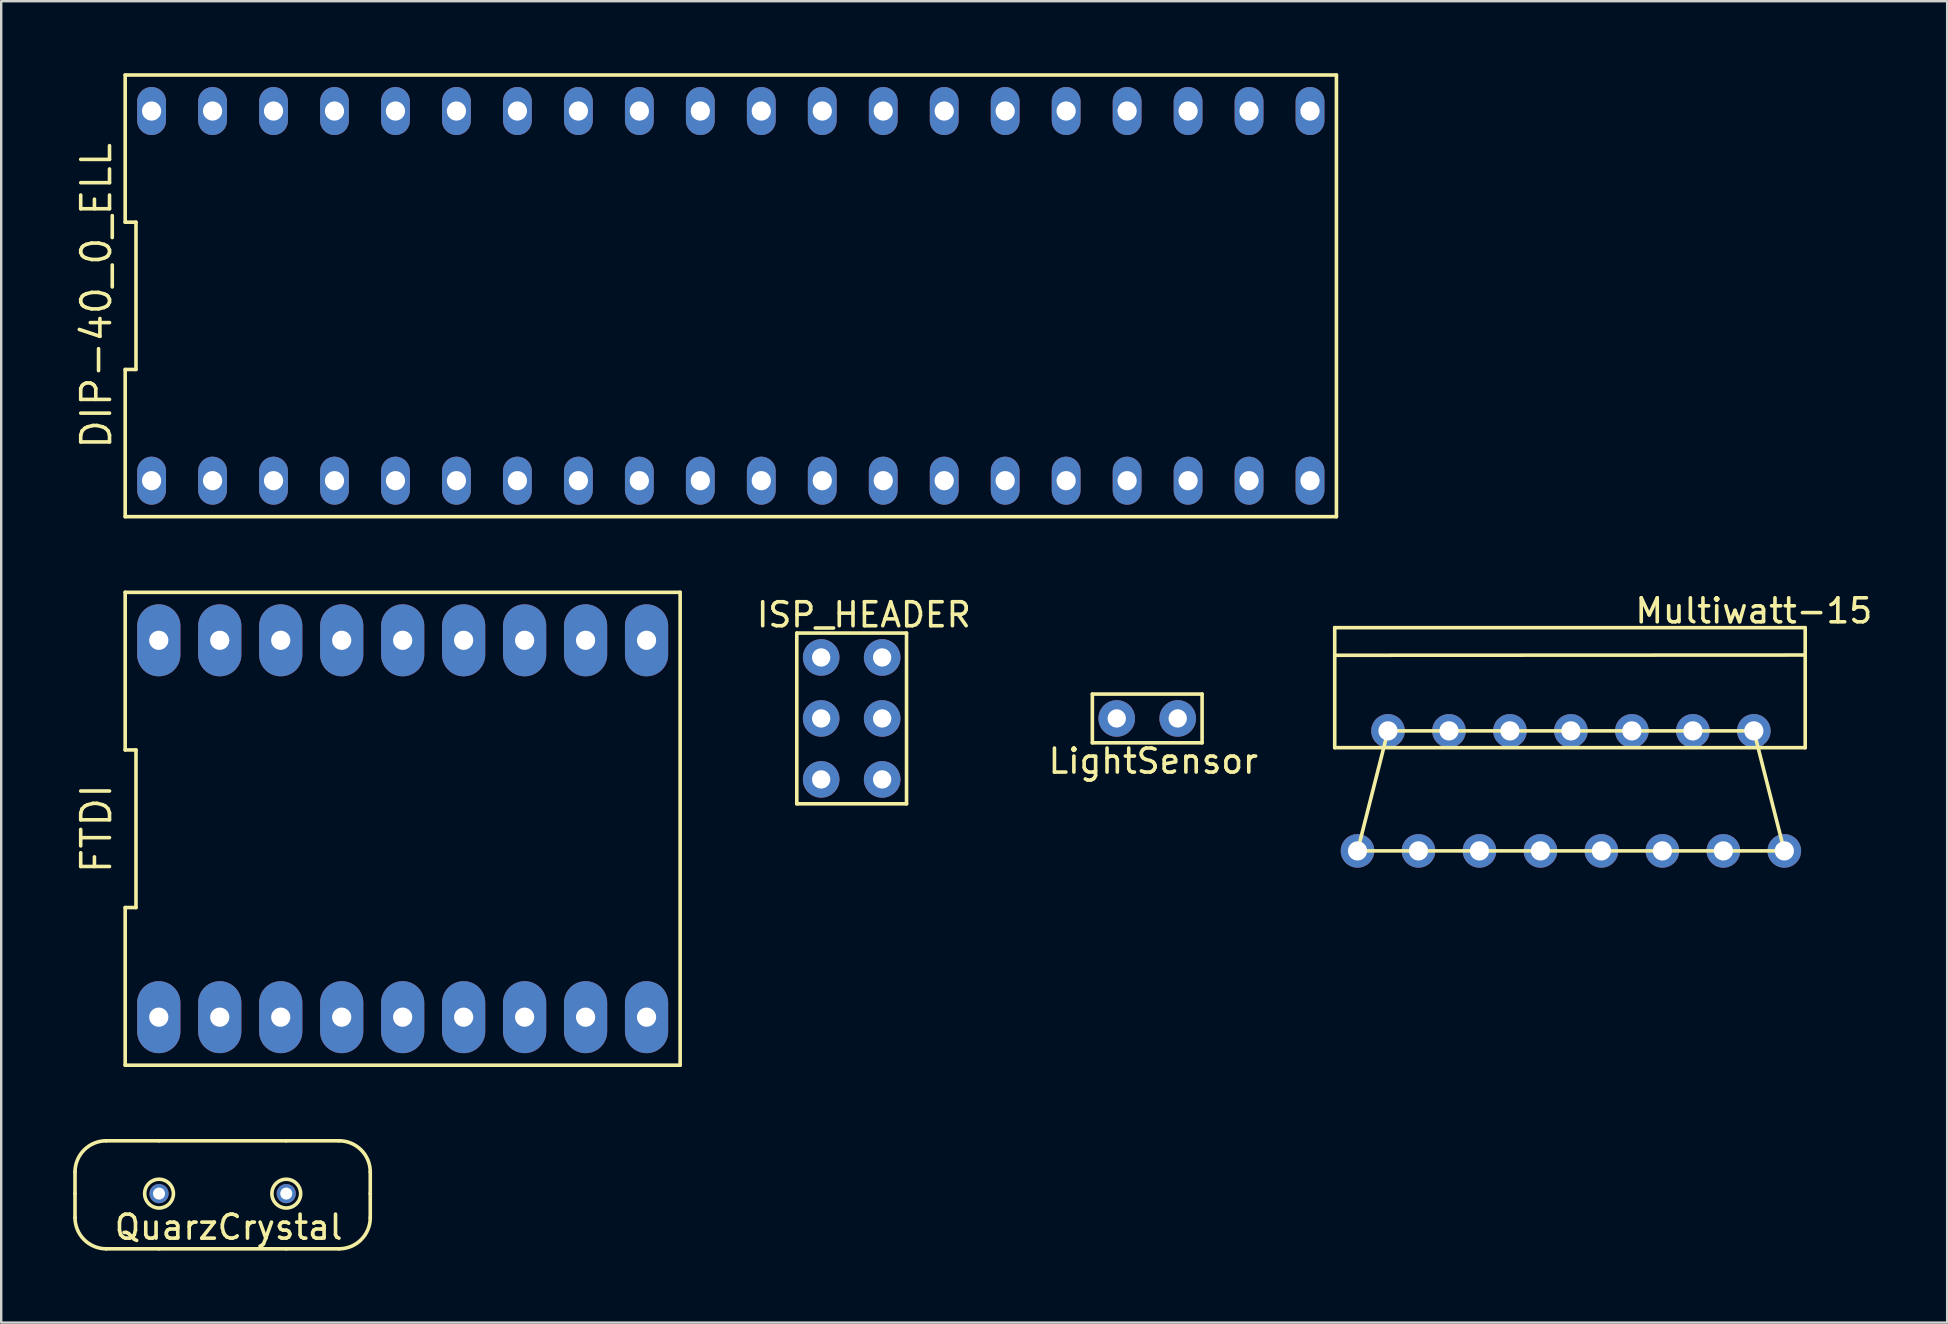
<source format=kicad_pcb>
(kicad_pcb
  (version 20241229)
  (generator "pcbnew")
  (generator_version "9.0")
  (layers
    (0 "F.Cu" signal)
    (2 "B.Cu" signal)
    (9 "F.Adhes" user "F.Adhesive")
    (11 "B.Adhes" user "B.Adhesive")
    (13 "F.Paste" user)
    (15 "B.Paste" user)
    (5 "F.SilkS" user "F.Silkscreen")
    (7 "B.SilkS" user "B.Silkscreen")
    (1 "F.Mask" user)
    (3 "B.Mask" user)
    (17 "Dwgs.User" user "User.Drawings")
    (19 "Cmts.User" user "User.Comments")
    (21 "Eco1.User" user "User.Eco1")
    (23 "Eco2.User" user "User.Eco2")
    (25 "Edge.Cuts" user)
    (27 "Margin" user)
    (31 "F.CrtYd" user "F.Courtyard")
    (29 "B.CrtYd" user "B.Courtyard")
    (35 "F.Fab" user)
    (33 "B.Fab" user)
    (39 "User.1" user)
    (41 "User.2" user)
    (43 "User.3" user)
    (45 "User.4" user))
  (footprint "ISP_HEADER"
    (layer "F.Cu")
    (at 33.7 21.8)
    (property "Reference" "ISP_HEADER" (at -0.762 0.762 0) (layer "F.SilkS") (effects (font (size 1 1) (thickness 0.15))))
    (attr through_hole)
    (fp_line (start -3.556 1.524) (end 1.016 1.524) (stroke (width 0.15) (type solid)) (layer "F.SilkS"))
    (fp_line (start -3.556 8.636) (end -3.556 1.524) (stroke (width 0.15) (type solid)) (layer "F.SilkS"))
    (fp_line (start 1.016 1.524) (end 1.016 8.636) (stroke (width 0.15) (type solid)) (layer "F.SilkS"))
    (fp_line (start 1.016 8.636) (end -3.556 8.636) (stroke (width 0.15) (type solid)) (layer "F.SilkS"))
    (pad "1" thru_hole circle (at -2.54 2.54) (size 1.524 1.524) (drill 0.762) (layers "*.Cu" "*.Mask"))
    (pad "2" thru_hole circle (at 0 2.54) (size 1.524 1.524) (drill 0.762) (layers "*.Cu" "*.Mask"))
    (pad "3" thru_hole circle (at -2.54 5.08) (size 1.524 1.524) (drill 0.762) (layers "*.Cu" "*.Mask"))
    (pad "4" thru_hole circle (at 0 5.08) (size 1.524 1.524) (drill 0.762) (layers "*.Cu" "*.Mask"))
    (pad "5" thru_hole circle (at -2.54 7.62) (size 1.524 1.524) (drill 0.762) (layers "*.Cu" "*.Mask"))
    (pad "6" thru_hole circle (at 0 7.62) (size 1.524 1.524) (drill 0.762) (layers "*.Cu" "*.Mask")))
  (footprint "LightSensor"
    (layer "F.Cu")
    (at 40.933 21.8)
    (property "Reference" "LightSensor" (at 4.064 6.858 0) (layer "F.SilkS") (effects (font (size 1 1) (thickness 0.15))))
    (attr through_hole)
    (fp_line (start 1.524 4.064) (end 6.096 4.064) (stroke (width 0.15) (type solid)) (layer "F.SilkS"))
    (fp_line (start 1.524 6.096) (end 1.524 4.064) (stroke (width 0.15) (type solid)) (layer "F.SilkS"))
    (fp_line (start 6.096 4.064) (end 6.096 6.096) (stroke (width 0.15) (type solid)) (layer "F.SilkS"))
    (fp_line (start 6.096 6.096) (end 1.524 6.096) (stroke (width 0.15) (type solid)) (layer "F.SilkS"))
    (pad "1" thru_hole circle (at 2.54 5.08) (size 1.524 1.524) (drill 0.762) (layers "*.Cu" "*.Mask"))
    (pad "2" thru_hole circle (at 5.08 5.08) (size 1.524 1.524) (drill 0.762) (layers "*.Cu" "*.Mask")))
  (footprint "QuarzCrystal"
    (layer "F.Cu")
    (at 3.575 46.675)
    (property "Reference" "QuarzCrystal" (at 2.9 1.4 0) (layer "F.SilkS") (effects (font (size 1 1) (thickness 0.15))))
    (attr through_hole)
    (fp_line (start -3.5 0) (end -3.5 -0.9) (stroke (width 0.15) (type solid)) (layer "F.SilkS"))
    (fp_line (start -3.5 0) (end -3.5 1) (stroke (width 0.15) (type solid)) (layer "F.SilkS"))
    (fp_line (start -2.2 -2.2) (end 0 -2.2) (stroke (width 0.15) (type solid)) (layer "F.SilkS"))
    (fp_line (start -2.2 2.3) (end 0 2.3) (stroke (width 0.15) (type solid)) (layer "F.SilkS"))
    (fp_line (start 0 -2.2) (end 5.3 -2.2) (stroke (width 0.15) (type solid)) (layer "F.SilkS"))
    (fp_line (start 0 2.3) (end 5.3 2.3) (stroke (width 0.15) (type solid)) (layer "F.SilkS"))
    (fp_line (start 5.3 2.3) (end 7.5 2.3) (stroke (width 0.15) (type solid)) (layer "F.SilkS"))
    (fp_line (start 7.5 -2.2) (end 5.3 -2.2) (stroke (width 0.15) (type solid)) (layer "F.SilkS"))
    (fp_line (start 8.8 0) (end 8.8 -0.9) (stroke (width 0.15) (type solid)) (layer "F.SilkS"))
    (fp_line (start 8.8 0) (end 8.8 1) (stroke (width 0.15) (type solid)) (layer "F.SilkS"))
    (fp_arc (start -3.5 -0.9) (mid -3.119239 -1.819239) (end -2.2 -2.2) (stroke (width 0.15) (type solid)) (layer "F.SilkS"))
    (fp_arc (start -2.2 2.3) (mid -3.119239 1.919239) (end -3.5 1) (stroke (width 0.15) (type solid)) (layer "F.SilkS"))
    (fp_arc (start 7.5 -2.2) (mid 8.419239 -1.819239) (end 8.8 -0.9) (stroke (width 0.15) (type solid)) (layer "F.SilkS"))
    (fp_arc (start 8.8 1) (mid 8.419239 1.919239) (end 7.5 2.3) (stroke (width 0.15) (type solid)) (layer "F.SilkS"))
    (fp_circle (center 0 0) (end 0.6 0) (stroke (width 0.15) (type solid)) (fill no) (layer "F.SilkS"))
    (fp_circle (center 5.3 0) (end 5.9 0) (stroke (width 0.15) (type solid)) (fill no) (layer "F.SilkS"))
    (pad "1" thru_hole circle (at 0 0) (size 0.8 0.8) (drill 0.5) (layers "*.Cu" "*.Mask"))
    (pad "2" thru_hole circle (at 5.3 0) (size 0.8 0.8) (drill 0.5) (layers "*.Cu" "*.Mask")))
  (footprint "FTDI"
    (layer "F.Cu")
    (at 13.725 31.475)
    (property "Reference" "FTDI" (at -12.76 0 90) (layer "F.SilkS") (effects (font (size 1.2 1.2) (thickness 0.15))))
    (attr through_hole)
    (fp_line (start -11.56 -9.85) (end -11.56 -3.283) (stroke (width 0.15) (type solid)) (layer "F.SilkS"))
    (fp_line (start -11.56 -3.283) (end -11.11 -3.283) (stroke (width 0.15) (type solid)) (layer "F.SilkS"))
    (fp_line (start -11.56 3.283) (end -11.56 9.85) (stroke (width 0.15) (type solid)) (layer "F.SilkS"))
    (fp_line (start -11.56 9.85) (end 11.56 9.85) (stroke (width 0.15) (type solid)) (layer "F.SilkS"))
    (fp_line (start -11.11 -3.283) (end -11.11 3.283) (stroke (width 0.15) (type solid)) (layer "F.SilkS"))
    (fp_line (start -11.11 3.283) (end -11.56 3.283) (stroke (width 0.15) (type solid)) (layer "F.SilkS"))
    (fp_line (start 11.56 -9.85) (end -11.56 -9.85) (stroke (width 0.15) (type solid)) (layer "F.SilkS"))
    (fp_line (start 11.56 9.85) (end 11.56 -9.85) (stroke (width 0.15) (type solid)) (layer "F.SilkS"))
    (pad "1" thru_hole oval (at -10.16 7.85) (size 1.8 3) (drill 0.8) (layers "*.Cu" "*.Mask"))
    (pad "2" thru_hole oval (at -7.62 7.85) (size 1.8 3) (drill 0.8) (layers "*.Cu" "*.Mask"))
    (pad "3" thru_hole oval (at -5.08 7.85) (size 1.8 3) (drill 0.8) (layers "*.Cu" "*.Mask"))
    (pad "4" thru_hole oval (at -2.54 7.85) (size 1.8 3) (drill 0.8) (layers "*.Cu" "*.Mask"))
    (pad "5" thru_hole oval (at 0 7.85) (size 1.8 3) (drill 0.8) (layers "*.Cu" "*.Mask"))
    (pad "6" thru_hole oval (at 2.54 7.85) (size 1.8 3) (drill 0.8) (layers "*.Cu" "*.Mask"))
    (pad "7" thru_hole oval (at 5.08 7.85) (size 1.8 3) (drill 0.8) (layers "*.Cu" "*.Mask"))
    (pad "8" thru_hole oval (at 7.62 7.85) (size 1.8 3) (drill 0.8) (layers "*.Cu" "*.Mask"))
    (pad "9" thru_hole oval (at 10.16 7.85) (size 1.8 3) (drill 0.8) (layers "*.Cu" "*.Mask"))
    (pad "10" thru_hole oval (at 10.16 -7.85) (size 1.8 3) (drill 0.8) (layers "*.Cu" "*.Mask"))
    (pad "11" thru_hole oval (at 7.62 -7.85) (size 1.8 3) (drill 0.8) (layers "*.Cu" "*.Mask"))
    (pad "12" thru_hole oval (at 5.08 -7.85) (size 1.8 3) (drill 0.8) (layers "*.Cu" "*.Mask"))
    (pad "13" thru_hole oval (at 2.54 -7.85) (size 1.8 3) (drill 0.8) (layers "*.Cu" "*.Mask"))
    (pad "14" thru_hole oval (at 0 -7.85) (size 1.8 3) (drill 0.8) (layers "*.Cu" "*.Mask"))
    (pad "15" thru_hole oval (at -2.54 -7.85) (size 1.8 3) (drill 0.8) (layers "*.Cu" "*.Mask"))
    (pad "16" thru_hole oval (at -5.08 -7.85) (size 1.8 3) (drill 0.8) (layers "*.Cu" "*.Mask"))
    (pad "17" thru_hole oval (at -7.62 -7.85) (size 1.8 3) (drill 0.8) (layers "*.Cu" "*.Mask"))
    (pad "18" thru_hole oval (at -10.16 -7.85) (size 1.8 3) (drill 0.8) (layers "*.Cu" "*.Mask")))
  (footprint "Multiwatt-15"
    (layer "F.Cu")
    (at 62.424 28.038)
    (property "Reference" "Multiwatt-15" (at 7.59 -5.64 0) (layer "F.SilkS") (effects (font (size 1 1) (thickness 0.15))))
    (attr through_hole)
    (fp_line (start -9.87 -4.94) (end 9.73 -4.94) (stroke (width 0.15) (type solid)) (layer "F.SilkS"))
    (fp_line (start -9.87 -3.79) (end 9.72 -3.8) (stroke (width 0.15) (type solid)) (layer "F.SilkS"))
    (fp_line (start -9.87 0.06) (end -9.87 -4.94) (stroke (width 0.15) (type solid)) (layer "F.SilkS"))
    (fp_line (start -9.87 0.06) (end 9.73 0.06) (stroke (width 0.15) (type solid)) (layer "F.SilkS"))
    (fp_line (start -8.92 4.36) (end 8.86 4.36) (stroke (width 0.15) (type solid)) (layer "F.SilkS"))
    (fp_line (start -7.65 -0.64) (end -8.92 4.36) (stroke (width 0.15) (type solid)) (layer "F.SilkS"))
    (fp_line (start 7.59 -0.64) (end -7.65 -0.64) (stroke (width 0.15) (type solid)) (layer "F.SilkS"))
    (fp_line (start 8.86 4.36) (end 7.59 -0.64) (stroke (width 0.15) (type solid)) (layer "F.SilkS"))
    (fp_line (start 9.73 0.06) (end 9.73 -4.94) (stroke (width 0.15) (type solid)) (layer "F.SilkS"))
    (pad "1" thru_hole circle (at -8.92 4.36) (size 1.4 1.4) (drill 0.8) (layers "*.Cu" "*.Mask"))
    (pad "2" thru_hole circle (at -7.65 -0.64) (size 1.4 1.4) (drill 0.8) (layers "*.Cu" "*.Mask"))
    (pad "3" thru_hole circle (at -6.38 4.36) (size 1.4 1.4) (drill 0.8) (layers "*.Cu" "*.Mask"))
    (pad "4" thru_hole circle (at -5.11 -0.64) (size 1.4 1.4) (drill 0.8) (layers "*.Cu" "*.Mask"))
    (pad "5" thru_hole circle (at -3.84 4.36) (size 1.4 1.4) (drill 0.8) (layers "*.Cu" "*.Mask"))
    (pad "6" thru_hole circle (at -2.57 -0.64) (size 1.4 1.4) (drill 0.8) (layers "*.Cu" "*.Mask"))
    (pad "7" thru_hole circle (at -1.3 4.36) (size 1.4 1.4) (drill 0.8) (layers "*.Cu" "*.Mask"))
    (pad "8" thru_hole circle (at -0.03 -0.64) (size 1.4 1.4) (drill 0.8) (layers "*.Cu" "*.Mask"))
    (pad "9" thru_hole circle (at 1.24 4.36) (size 1.4 1.4) (drill 0.8) (layers "*.Cu" "*.Mask"))
    (pad "10" thru_hole circle (at 2.51 -0.64) (size 1.4 1.4) (drill 0.8) (layers "*.Cu" "*.Mask"))
    (pad "11" thru_hole circle (at 3.78 4.36) (size 1.4 1.4) (drill 0.8) (layers "*.Cu" "*.Mask"))
    (pad "12" thru_hole circle (at 5.05 -0.64) (size 1.4 1.4) (drill 0.8) (layers "*.Cu" "*.Mask"))
    (pad "13" thru_hole circle (at 6.32 4.36) (size 1.4 1.4) (drill 0.8) (layers "*.Cu" "*.Mask"))
    (pad "14" thru_hole circle (at 7.59 -0.64) (size 1.4 1.4) (drill 0.8) (layers "*.Cu" "*.Mask"))
    (pad "15" thru_hole circle (at 8.86 4.36) (size 1.4 1.4) (drill 0.8) (layers "*.Cu" "*.Mask")))
  (footprint "DIP-40_0_ELL"
    (layer "F.Cu")
    (at 27.395 9.275)
    (property "Reference" "DIP-40_0_ELL" (at -26.43 0 90) (layer "F.SilkS") (effects (font (size 1.2 1.2) (thickness 0.15))))
    (attr through_hole)
    (fp_line (start -25.23 -9.2) (end -25.23 -3.067) (stroke (width 0.15) (type solid)) (layer "F.SilkS"))
    (fp_line (start -25.23 -3.067) (end -24.78 -3.067) (stroke (width 0.15) (type solid)) (layer "F.SilkS"))
    (fp_line (start -25.23 3.067) (end -25.23 9.2) (stroke (width 0.15) (type solid)) (layer "F.SilkS"))
    (fp_line (start -25.23 9.2) (end 25.23 9.2) (stroke (width 0.15) (type solid)) (layer "F.SilkS"))
    (fp_line (start -24.78 -3.067) (end -24.78 3.067) (stroke (width 0.15) (type solid)) (layer "F.SilkS"))
    (fp_line (start -24.78 3.067) (end -25.23 3.067) (stroke (width 0.15) (type solid)) (layer "F.SilkS"))
    (fp_line (start 25.23 -9.2) (end -25.23 -9.2) (stroke (width 0.15) (type solid)) (layer "F.SilkS"))
    (fp_line (start 25.23 9.2) (end 25.23 -9.2) (stroke (width 0.15) (type solid)) (layer "F.SilkS"))
    (pad "1" thru_hole oval (at -24.13 7.7) (size 1.2 2) (drill 0.8) (layers "*.Cu" "*.Mask"))
    (pad "2" thru_hole oval (at -21.59 7.7) (size 1.2 2) (drill 0.8) (layers "*.Cu" "*.Mask"))
    (pad "3" thru_hole oval (at -19.05 7.7) (size 1.2 2) (drill 0.8) (layers "*.Cu" "*.Mask"))
    (pad "4" thru_hole oval (at -16.51 7.7) (size 1.2 2) (drill 0.8) (layers "*.Cu" "*.Mask"))
    (pad "5" thru_hole oval (at -13.97 7.7) (size 1.2 2) (drill 0.8) (layers "*.Cu" "*.Mask"))
    (pad "6" thru_hole oval (at -11.43 7.7) (size 1.2 2) (drill 0.8) (layers "*.Cu" "*.Mask"))
    (pad "7" thru_hole oval (at -8.89 7.7) (size 1.2 2) (drill 0.8) (layers "*.Cu" "*.Mask"))
    (pad "8" thru_hole oval (at -6.35 7.7) (size 1.2 2) (drill 0.8) (layers "*.Cu" "*.Mask"))
    (pad "9" thru_hole oval (at -3.81 7.7) (size 1.2 2) (drill 0.8) (layers "*.Cu" "*.Mask"))
    (pad "10" thru_hole oval (at -1.27 7.7) (size 1.2 2) (drill 0.8) (layers "*.Cu" "*.Mask"))
    (pad "11" thru_hole oval (at 1.27 7.7) (size 1.2 2) (drill 0.8) (layers "*.Cu" "*.Mask"))
    (pad "12" thru_hole oval (at 3.81 7.7) (size 1.2 2) (drill 0.8) (layers "*.Cu" "*.Mask"))
    (pad "13" thru_hole oval (at 6.35 7.7) (size 1.2 2) (drill 0.8) (layers "*.Cu" "*.Mask"))
    (pad "14" thru_hole oval (at 8.89 7.7) (size 1.2 2) (drill 0.8) (layers "*.Cu" "*.Mask"))
    (pad "15" thru_hole oval (at 11.43 7.7) (size 1.2 2) (drill 0.8) (layers "*.Cu" "*.Mask"))
    (pad "16" thru_hole oval (at 13.97 7.7) (size 1.2 2) (drill 0.8) (layers "*.Cu" "*.Mask"))
    (pad "17" thru_hole oval (at 16.51 7.7) (size 1.2 2) (drill 0.8) (layers "*.Cu" "*.Mask"))
    (pad "18" thru_hole oval (at 19.05 7.7) (size 1.2 2) (drill 0.8) (layers "*.Cu" "*.Mask"))
    (pad "19" thru_hole oval (at 21.59 7.7) (size 1.2 2) (drill 0.8) (layers "*.Cu" "*.Mask"))
    (pad "20" thru_hole oval (at 24.13 7.7) (size 1.2 2) (drill 0.8) (layers "*.Cu" "*.Mask"))
    (pad "21" thru_hole oval (at 24.13 -7.7) (size 1.2 2) (drill 0.8) (layers "*.Cu" "*.Mask"))
    (pad "22" thru_hole oval (at 21.59 -7.7) (size 1.2 2) (drill 0.8) (layers "*.Cu" "*.Mask"))
    (pad "23" thru_hole oval (at 19.05 -7.7) (size 1.2 2) (drill 0.8) (layers "*.Cu" "*.Mask"))
    (pad "24" thru_hole oval (at 16.51 -7.7) (size 1.2 2) (drill 0.8) (layers "*.Cu" "*.Mask"))
    (pad "25" thru_hole oval (at 13.97 -7.7) (size 1.2 2) (drill 0.8) (layers "*.Cu" "*.Mask"))
    (pad "26" thru_hole oval (at 11.43 -7.7) (size 1.2 2) (drill 0.8) (layers "*.Cu" "*.Mask"))
    (pad "27" thru_hole oval (at 8.89 -7.7) (size 1.2 2) (drill 0.8) (layers "*.Cu" "*.Mask"))
    (pad "28" thru_hole oval (at 6.35 -7.7) (size 1.2 2) (drill 0.8) (layers "*.Cu" "*.Mask"))
    (pad "29" thru_hole oval (at 3.81 -7.7) (size 1.2 2) (drill 0.8) (layers "*.Cu" "*.Mask"))
    (pad "30" thru_hole oval (at 1.27 -7.7) (size 1.2 2) (drill 0.8) (layers "*.Cu" "*.Mask"))
    (pad "31" thru_hole oval (at -1.27 -7.7) (size 1.2 2) (drill 0.8) (layers "*.Cu" "*.Mask"))
    (pad "32" thru_hole oval (at -3.81 -7.7) (size 1.2 2) (drill 0.8) (layers "*.Cu" "*.Mask"))
    (pad "33" thru_hole oval (at -6.35 -7.7) (size 1.2 2) (drill 0.8) (layers "*.Cu" "*.Mask"))
    (pad "34" thru_hole oval (at -8.89 -7.7) (size 1.2 2) (drill 0.8) (layers "*.Cu" "*.Mask"))
    (pad "35" thru_hole oval (at -11.43 -7.7) (size 1.2 2) (drill 0.8) (layers "*.Cu" "*.Mask"))
    (pad "36" thru_hole oval (at -13.97 -7.7) (size 1.2 2) (drill 0.8) (layers "*.Cu" "*.Mask"))
    (pad "37" thru_hole oval (at -16.51 -7.7) (size 1.2 2) (drill 0.8) (layers "*.Cu" "*.Mask"))
    (pad "38" thru_hole oval (at -19.05 -7.7) (size 1.2 2) (drill 0.8) (layers "*.Cu" "*.Mask"))
    (pad "39" thru_hole oval (at -21.59 -7.7) (size 1.2 2) (drill 0.8) (layers "*.Cu" "*.Mask"))
    (pad "40" thru_hole oval (at -24.13 -7.7) (size 1.2 2) (drill 0.8) (layers "*.Cu" "*.Mask")))
  (gr_rect
    (start -3 -3)
    (end 78.068 52.05)
    (stroke (width 0.1) (type default))
    (fill no)
    (layer "Edge.Cuts")))
</source>
